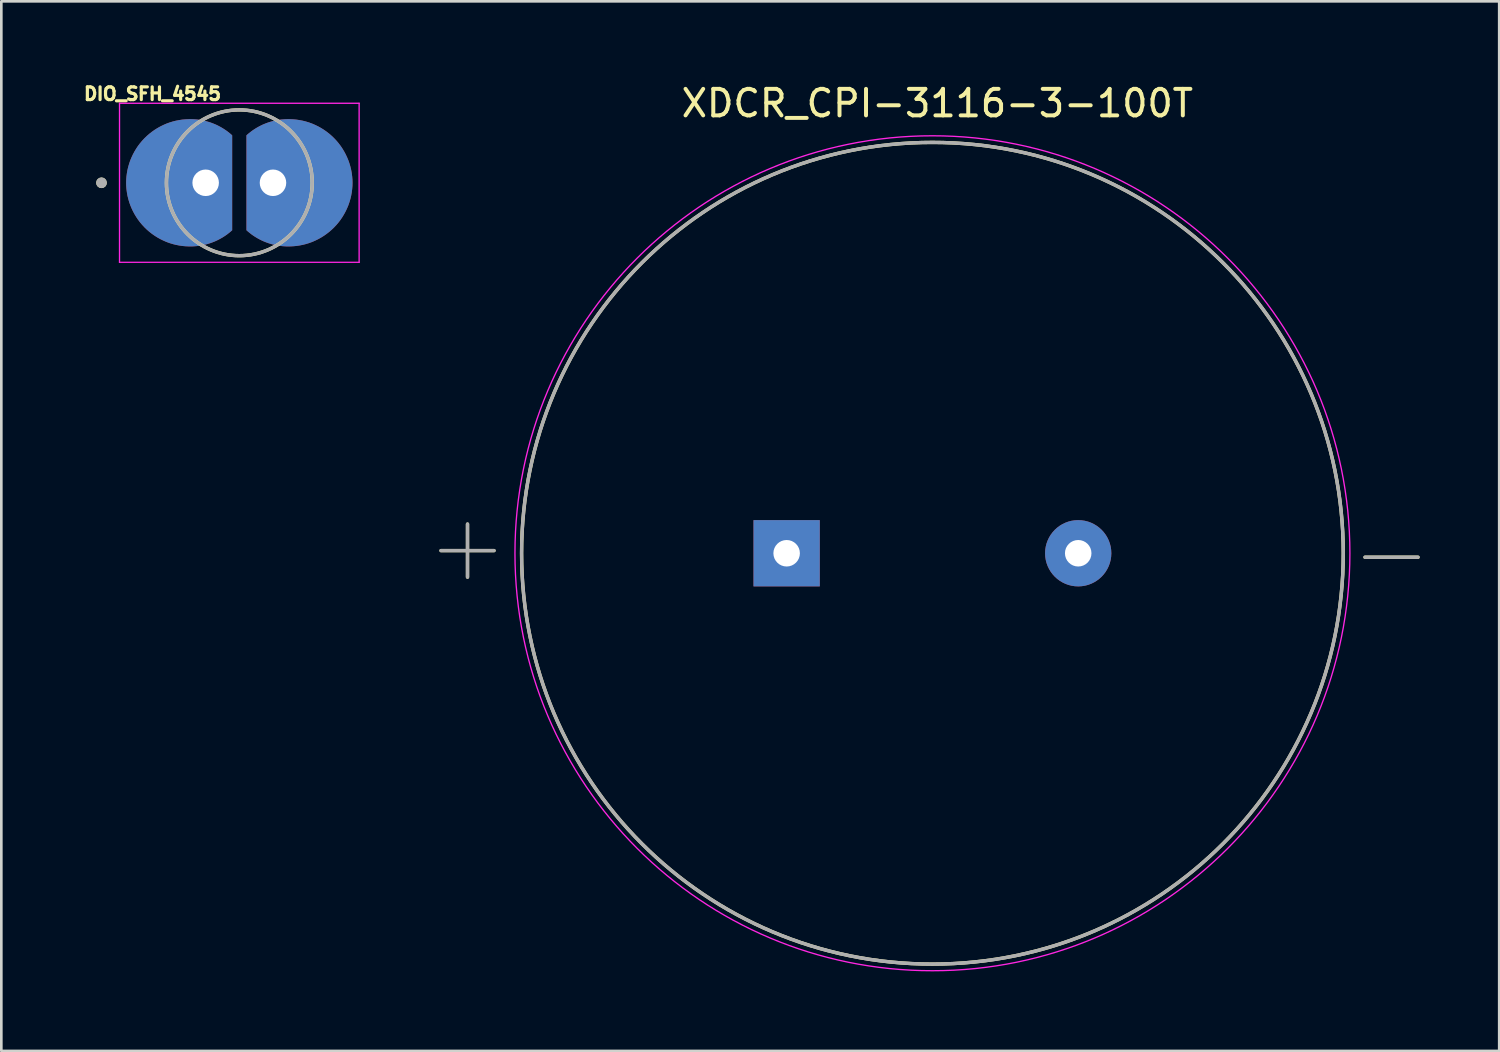
<source format=kicad_pcb>
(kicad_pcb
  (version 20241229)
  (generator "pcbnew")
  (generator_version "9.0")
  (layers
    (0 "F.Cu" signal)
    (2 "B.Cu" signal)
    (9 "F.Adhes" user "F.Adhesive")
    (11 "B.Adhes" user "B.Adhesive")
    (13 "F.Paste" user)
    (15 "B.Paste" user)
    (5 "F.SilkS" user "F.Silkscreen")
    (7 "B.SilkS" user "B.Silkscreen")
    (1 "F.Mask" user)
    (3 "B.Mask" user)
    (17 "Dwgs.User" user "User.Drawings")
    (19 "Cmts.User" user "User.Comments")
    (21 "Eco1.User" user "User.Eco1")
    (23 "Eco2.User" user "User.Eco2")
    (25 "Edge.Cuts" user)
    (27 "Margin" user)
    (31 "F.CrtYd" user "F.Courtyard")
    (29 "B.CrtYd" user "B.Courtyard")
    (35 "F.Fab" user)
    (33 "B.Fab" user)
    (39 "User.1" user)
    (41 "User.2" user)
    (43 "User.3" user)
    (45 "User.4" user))
  (footprint "XDCR_CPI-3116-3-100T"
    (layer "F.Cu")
    (at 32.128 17.823)
    (property "Reference" "XDCR_CPI-3116-3-100T" (at 0.185 -16.975 0) (layer "F.SilkS") (effects (font (size 1 1) (thickness 0.15))))
    (attr through_hole)
    (fp_line (start -18.54 -0.1) (end -16.54 -0.1) (stroke (width 0.127) (type solid)) (layer "F.SilkS"))
    (fp_line (start -17.54 -1.1) (end -17.54 0.9) (stroke (width 0.127) (type solid)) (layer "F.SilkS"))
    (fp_line (start 16.32 0.15) (end 18.32 0.15) (stroke (width 0.127) (type solid)) (layer "F.SilkS"))
    (fp_circle (center 0 0) (end 15.5 0) (stroke (width 0.127) (type solid)) (fill no) (layer "F.SilkS"))
    (fp_circle (center 0 0) (end 15.75 0) (stroke (width 0.05) (type solid)) (fill no) (layer "F.CrtYd"))
    (fp_line (start -18.54 -0.1) (end -16.54 -0.1) (stroke (width 0.127) (type solid)) (layer "F.Fab"))
    (fp_line (start -17.54 -1.1) (end -17.54 0.9) (stroke (width 0.127) (type solid)) (layer "F.Fab"))
    (fp_line (start 16.32 0.15) (end 18.32 0.15) (stroke (width 0.127) (type solid)) (layer "F.Fab"))
    (fp_circle (center 0 0) (end 15.5 0) (stroke (width 0.127) (type solid)) (fill no) (layer "F.Fab"))
    (pad "N" thru_hole circle (at 5.5 0) (size 2.5 2.5) (drill 1) (layers "*.Cu" "*.Mask"))
    (pad "P" thru_hole rect (at -5.5 0) (size 2.5 2.5) (drill 1) (layers "*.Cu" "*.Mask")))
  (footprint "DIO_SFH_4545"
    (layer "F.Cu")
    (at 5.979 3.846)
    (property "Reference" "DIO_SFH_4545" (at -3.276 -3.355 0) (layer "F.SilkS") (effects (font (size 0.48 0.48) (thickness 0.15))))
    (attr through_hole)
    (fp_circle (center -1.27 0) (end -0.77 0) (stroke (width 1) (type solid)) (fill no) (layer "F.Mask"))
    (fp_circle (center 1.27 0) (end 1.77 0) (stroke (width 1) (type solid)) (fill no) (layer "F.Mask"))
    (fp_circle (center -1.27 0) (end -0.77 0) (stroke (width 1) (type solid)) (fill no) (layer "B.Mask"))
    (fp_circle (center 1.27 0) (end 1.77 0) (stroke (width 1) (type solid)) (fill no) (layer "B.Mask"))
    (fp_circle (center -5.2 0) (end -5.1 0) (stroke (width 0.2) (type solid)) (fill no) (layer "F.SilkS"))
    (fp_circle (center 0 0) (end 2.75 0) (stroke (width 0.127) (type solid)) (fill no) (layer "F.SilkS"))
    (fp_line (start -4.52 -3) (end 4.52 -3) (stroke (width 0.05) (type solid)) (layer "F.CrtYd"))
    (fp_line (start -4.52 3) (end -4.52 -3) (stroke (width 0.05) (type solid)) (layer "F.CrtYd"))
    (fp_line (start 4.52 -3) (end 4.52 3) (stroke (width 0.05) (type solid)) (layer "F.CrtYd"))
    (fp_line (start 4.52 3) (end -4.52 3) (stroke (width 0.05) (type solid)) (layer "F.CrtYd"))
    (fp_circle (center -5.2 0) (end -5.1 0) (stroke (width 0.2) (type solid)) (fill no) (layer "F.Fab"))
    (fp_circle (center 0 0) (end 2.75 0) (stroke (width 0.127) (type solid)) (fill no) (layer "F.Fab"))
    (pad "A" thru_hole custom (at 1.27 0) (size 2 2) (drill 1) (layers "*.Cu") (options (anchor circle)) (primitives (gr_poly (pts (xy -1 -0.06) (xy -1 -1.79) (xy -0.945 -1.839) (xy -0.9 -1.876) (xy -0.854 -1.912) (xy -0.808 -1.948) (xy -0.76 -1.982) (xy -0.712 -2.014) (xy -0.662 -2.046) (xy -0.613 -2.076) (xy -0.562 -2.105) (xy -0.51 -2.133) (xy -0.458 -2.16) (xy -0.406 -2.185) (xy -0.352 -2.209) (xy -0.298 -2.231) (xy -0.244 -2.252) (xy -0.189 -2.272) (xy -0.133 -2.29) (xy -0.077 -2.307) (xy -0.021 -2.323) (xy 0.036 -2.337) (xy 0.093 -2.35) (xy 0.15 -2.361) (xy 0.208 -2.371) (xy 0.265 -2.38) (xy 0.323 -2.387) (xy 0.382 -2.392) (xy 0.44 -2.396) (xy 0.498 -2.399) (xy 0.557 -2.4) (xy 0.6 -2.4) (xy 0.625 -2.4) (xy 0.758 -2.394) (xy 0.882 -2.383) (xy 1.005 -2.364) (xy 1.128 -2.34) (xy 1.249 -2.309) (xy 1.368 -2.272) (xy 1.485 -2.229) (xy 1.599 -2.179) (xy 1.711 -2.124) (xy 1.82 -2.063) (xy 1.925 -1.997) (xy 2.027 -1.925) (xy 2.126 -1.848) (xy 2.22 -1.766) (xy 2.309 -1.68) (xy 2.394 -1.589) (xy 2.475 -1.493) (xy 2.55 -1.394) (xy 2.62 -1.29) (xy 2.684 -1.184) (xy 2.743 -1.074) (xy 2.796 -0.961) (xy 2.844 -0.846) (xy 2.885 -0.728) (xy 2.92 -0.608) (xy 2.949 -0.487) (xy 2.971 -0.364) (xy 2.987 -0.241) (xy 2.997 -0.116) (xy 3 0) (xy 2.997 0.116) (xy 2.987 0.241) (xy 2.971 0.364) (xy 2.949 0.487) (xy 2.92 0.608) (xy 2.885 0.728) (xy 2.844 0.846) (xy 2.796 0.961) (xy 2.743 1.074) (xy 2.684 1.184) (xy 2.62 1.29) (xy 2.55 1.394) (xy 2.475 1.493) (xy 2.394 1.589) (xy 2.309 1.68) (xy 2.22 1.766) (xy 2.126 1.848) (xy 2.027 1.925) (xy 1.925 1.997) (xy 1.82 2.063) (xy 1.711 2.124) (xy 1.599 2.179) (xy 1.485 2.229) (xy 1.368 2.272) (xy 1.249 2.309) (xy 1.128 2.34) (xy 1.005 2.364) (xy 0.882 2.383) (xy 0.758 2.394) (xy 0.625 2.4) (xy 0.525 2.4) (xy 0.6 2.4) (xy 0.557 2.4) (xy 0.498 2.399) (xy 0.44 2.396) (xy 0.382 2.392) (xy 0.323 2.387) (xy 0.265 2.38) (xy 0.208 2.371) (xy 0.15 2.361) (xy 0.093 2.35) (xy 0.036 2.337) (xy -0.021 2.323) (xy -0.077 2.307) (xy -0.133 2.29) (xy -0.189 2.272) (xy -0.244 2.252) (xy -0.298 2.231) (xy -0.352 2.209) (xy -0.406 2.185) (xy -0.458 2.16) (xy -0.51 2.133) (xy -0.562 2.105) (xy -0.613 2.076) (xy -0.662 2.046) (xy -0.712 2.014) (xy -0.76 1.982) (xy -0.808 1.948) (xy -0.854 1.912) (xy -0.9 1.876) (xy -0.945 1.839) (xy -1 1.79) (xy -1 -0.06)) (width 0.001) (fill yes))))
    (pad "C" thru_hole custom (at -1.27 0) (size 2 2) (drill 1) (layers "*.Cu") (options (anchor circle)) (primitives (gr_poly (pts (xy 1 -0.06) (xy 1 -1.79) (xy 0.945 -1.839) (xy 0.9 -1.876) (xy 0.854 -1.912) (xy 0.808 -1.948) (xy 0.76 -1.982) (xy 0.712 -2.014) (xy 0.662 -2.046) (xy 0.613 -2.076) (xy 0.562 -2.105) (xy 0.51 -2.133) (xy 0.458 -2.16) (xy 0.406 -2.185) (xy 0.352 -2.209) (xy 0.298 -2.231) (xy 0.244 -2.252) (xy 0.189 -2.272) (xy 0.133 -2.29) (xy 0.077 -2.307) (xy 0.021 -2.323) (xy -0.036 -2.337) (xy -0.093 -2.35) (xy -0.15 -2.361) (xy -0.208 -2.371) (xy -0.265 -2.38) (xy -0.323 -2.387) (xy -0.382 -2.392) (xy -0.44 -2.396) (xy -0.498 -2.399) (xy -0.557 -2.4) (xy -0.6 -2.4) (xy -0.625 -2.4) (xy -0.758 -2.394) (xy -0.882 -2.383) (xy -1.005 -2.364) (xy -1.128 -2.34) (xy -1.249 -2.309) (xy -1.368 -2.272) (xy -1.485 -2.229) (xy -1.599 -2.179) (xy -1.711 -2.124) (xy -1.82 -2.063) (xy -1.925 -1.997) (xy -2.027 -1.925) (xy -2.126 -1.848) (xy -2.22 -1.766) (xy -2.309 -1.68) (xy -2.394 -1.589) (xy -2.475 -1.493) (xy -2.55 -1.394) (xy -2.62 -1.29) (xy -2.684 -1.184) (xy -2.743 -1.074) (xy -2.796 -0.961) (xy -2.844 -0.846) (xy -2.885 -0.728) (xy -2.92 -0.608) (xy -2.949 -0.487) (xy -2.971 -0.364) (xy -2.987 -0.241) (xy -2.997 -0.116) (xy -3 0) (xy -2.997 0.116) (xy -2.987 0.241) (xy -2.971 0.364) (xy -2.949 0.487) (xy -2.92 0.608) (xy -2.885 0.728) (xy -2.844 0.846) (xy -2.796 0.961) (xy -2.743 1.074) (xy -2.684 1.184) (xy -2.62 1.29) (xy -2.55 1.394) (xy -2.475 1.493) (xy -2.394 1.589) (xy -2.309 1.68) (xy -2.22 1.766) (xy -2.126 1.848) (xy -2.027 1.925) (xy -1.925 1.997) (xy -1.82 2.063) (xy -1.711 2.124) (xy -1.599 2.179) (xy -1.485 2.229) (xy -1.368 2.272) (xy -1.249 2.309) (xy -1.128 2.34) (xy -1.005 2.364) (xy -0.882 2.383) (xy -0.758 2.394) (xy -0.625 2.4) (xy -0.525 2.4) (xy -0.6 2.4) (xy -0.557 2.4) (xy -0.498 2.399) (xy -0.44 2.396) (xy -0.382 2.392) (xy -0.323 2.387) (xy -0.265 2.38) (xy -0.208 2.371) (xy -0.15 2.361) (xy -0.093 2.35) (xy -0.036 2.337) (xy 0.021 2.323) (xy 0.077 2.307) (xy 0.133 2.29) (xy 0.189 2.272) (xy 0.244 2.252) (xy 0.298 2.231) (xy 0.352 2.209) (xy 0.406 2.185) (xy 0.458 2.16) (xy 0.51 2.133) (xy 0.562 2.105) (xy 0.613 2.076) (xy 0.662 2.046) (xy 0.712 2.014) (xy 0.76 1.982) (xy 0.808 1.948) (xy 0.854 1.912) (xy 0.9 1.876) (xy 0.945 1.839) (xy 1 1.79) (xy 1 -0.06)) (width 0.001) (fill yes)))))
  (gr_rect
    (start -3 -3)
    (end 53.511 36.598)
    (stroke (width 0.1) (type default))
    (fill no)
    (layer "Edge.Cuts")))
</source>
